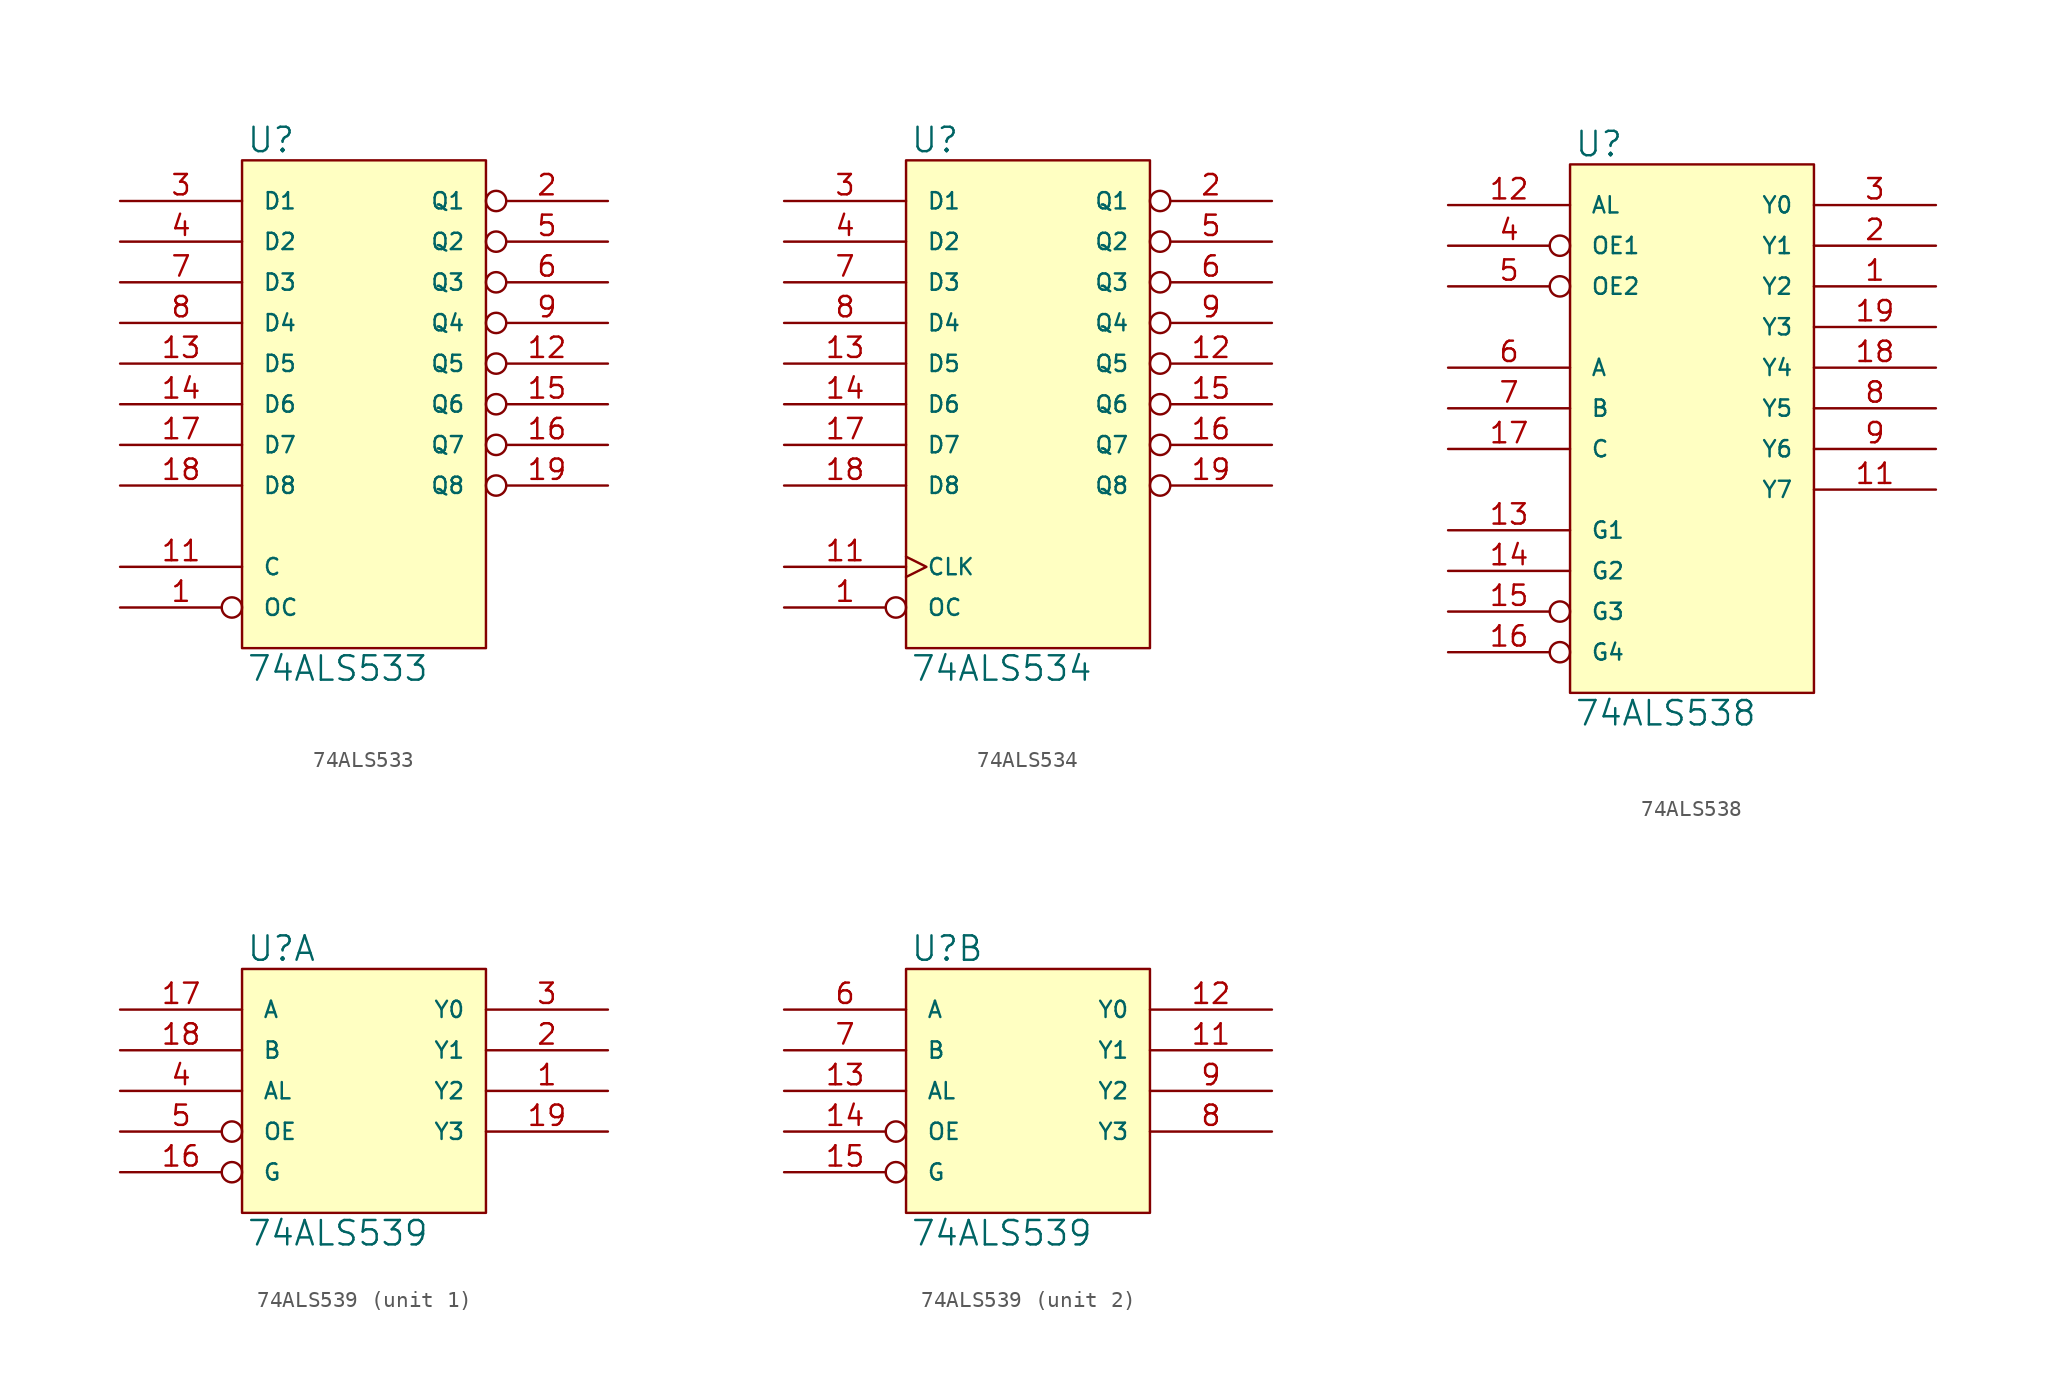
<source format=kicad_sym>
(kicad_symbol_lib
  (version 20231120)
  (generator "kicad_symbol_editor")
  (generator_version "8.0")
  (symbol "74ALS533"
    (pin_names
      (offset 1.27))
    (property "Reference" "U"
      (at 0.254 0.381 0)
      (effects (font (size 1.524 1.524)) (justify left bottom)))
    (property "Value" "74ALS533"
      (at 0.254 -30.861 0)
      (effects (font (size 1.524 1.524)) (justify left top)))
    (symbol "74ALS533_0_1"
      (rectangle (start 0 0) (end 15.24 -30.48) (stroke (width 0) (type solid)) (fill (type background))))
    (symbol "74ALS533_1_1"
      (pin input inverted (at -7.62 -27.94 0) (length 7.62) (name "OC" (effects (font (size 1.016 1.016)))) (number "1" (effects (font (size 1.27 1.27)))))
      (pin power_in line (at 0 -30.48 90) (length 0) hide (name "GND" (effects (font (size 1.016 1.016)))) (number "10" (effects (font (size 1.27 1.27)))))
      (pin input line (at -7.62 -25.4 0) (length 7.62) (name "C" (effects (font (size 1.016 1.016)))) (number "11" (effects (font (size 1.27 1.27)))))
      (pin tri_state inverted (at 22.86 -12.7 180) (length 7.62) (name "Q5" (effects (font (size 1.016 1.016)))) (number "12" (effects (font (size 1.27 1.27)))))
      (pin input line (at -7.62 -12.7 0) (length 7.62) (name "D5" (effects (font (size 1.016 1.016)))) (number "13" (effects (font (size 1.27 1.27)))))
      (pin input line (at -7.62 -15.24 0) (length 7.62) (name "D6" (effects (font (size 1.016 1.016)))) (number "14" (effects (font (size 1.27 1.27)))))
      (pin tri_state inverted (at 22.86 -15.24 180) (length 7.62) (name "Q6" (effects (font (size 1.016 1.016)))) (number "15" (effects (font (size 1.27 1.27)))))
      (pin tri_state inverted (at 22.86 -17.78 180) (length 7.62) (name "Q7" (effects (font (size 1.016 1.016)))) (number "16" (effects (font (size 1.27 1.27)))))
      (pin input line (at -7.62 -17.78 0) (length 7.62) (name "D7" (effects (font (size 1.016 1.016)))) (number "17" (effects (font (size 1.27 1.27)))))
      (pin input line (at -7.62 -20.32 0) (length 7.62) (name "D8" (effects (font (size 1.016 1.016)))) (number "18" (effects (font (size 1.27 1.27)))))
      (pin tri_state inverted (at 22.86 -20.32 180) (length 7.62) (name "Q8" (effects (font (size 1.016 1.016)))) (number "19" (effects (font (size 1.27 1.27)))))
      (pin tri_state inverted (at 22.86 -2.54 180) (length 7.62) (name "Q1" (effects (font (size 1.016 1.016)))) (number "2" (effects (font (size 1.27 1.27)))))
      (pin power_in line (at 0 0 270) (length 0) hide (name "VCC" (effects (font (size 1.016 1.016)))) (number "20" (effects (font (size 1.27 1.27)))))
      (pin input line (at -7.62 -2.54 0) (length 7.62) (name "D1" (effects (font (size 1.016 1.016)))) (number "3" (effects (font (size 1.27 1.27)))))
      (pin input line (at -7.62 -5.08 0) (length 7.62) (name "D2" (effects (font (size 1.016 1.016)))) (number "4" (effects (font (size 1.27 1.27)))))
      (pin tri_state inverted (at 22.86 -5.08 180) (length 7.62) (name "Q2" (effects (font (size 1.016 1.016)))) (number "5" (effects (font (size 1.27 1.27)))))
      (pin tri_state inverted (at 22.86 -7.62 180) (length 7.62) (name "Q3" (effects (font (size 1.016 1.016)))) (number "6" (effects (font (size 1.27 1.27)))))
      (pin input line (at -7.62 -7.62 0) (length 7.62) (name "D3" (effects (font (size 1.016 1.016)))) (number "7" (effects (font (size 1.27 1.27)))))
      (pin input line (at -7.62 -10.16 0) (length 7.62) (name "D4" (effects (font (size 1.016 1.016)))) (number "8" (effects (font (size 1.27 1.27)))))
      (pin tri_state inverted (at 22.86 -10.16 180) (length 7.62) (name "Q4" (effects (font (size 1.016 1.016)))) (number "9" (effects (font (size 1.27 1.27)))))))
  (symbol "74ALS534"
    (pin_names
      (offset 1.27))
    (property "Reference" "U"
      (at 0.254 0.381 0)
      (effects (font (size 1.524 1.524)) (justify left bottom)))
    (property "Value" "74ALS534"
      (at 0.254 -30.861 0)
      (effects (font (size 1.524 1.524)) (justify left top)))
    (symbol "74ALS534_0_1"
      (rectangle (start 0 0) (end 15.24 -30.48) (stroke (width 0) (type solid)) (fill (type background))))
    (symbol "74ALS534_1_1"
      (pin input inverted (at -7.62 -27.94 0) (length 7.62) (name "OC" (effects (font (size 1.016 1.016)))) (number "1" (effects (font (size 1.27 1.27)))))
      (pin power_in line (at 0 -30.48 90) (length 0) hide (name "GND" (effects (font (size 1.016 1.016)))) (number "10" (effects (font (size 1.27 1.27)))))
      (pin input clock (at -7.62 -25.4 0) (length 7.62) (name "CLK" (effects (font (size 1.016 1.016)))) (number "11" (effects (font (size 1.27 1.27)))))
      (pin tri_state inverted (at 22.86 -12.7 180) (length 7.62) (name "Q5" (effects (font (size 1.016 1.016)))) (number "12" (effects (font (size 1.27 1.27)))))
      (pin input line (at -7.62 -12.7 0) (length 7.62) (name "D5" (effects (font (size 1.016 1.016)))) (number "13" (effects (font (size 1.27 1.27)))))
      (pin input line (at -7.62 -15.24 0) (length 7.62) (name "D6" (effects (font (size 1.016 1.016)))) (number "14" (effects (font (size 1.27 1.27)))))
      (pin tri_state inverted (at 22.86 -15.24 180) (length 7.62) (name "Q6" (effects (font (size 1.016 1.016)))) (number "15" (effects (font (size 1.27 1.27)))))
      (pin tri_state inverted (at 22.86 -17.78 180) (length 7.62) (name "Q7" (effects (font (size 1.016 1.016)))) (number "16" (effects (font (size 1.27 1.27)))))
      (pin input line (at -7.62 -17.78 0) (length 7.62) (name "D7" (effects (font (size 1.016 1.016)))) (number "17" (effects (font (size 1.27 1.27)))))
      (pin input line (at -7.62 -20.32 0) (length 7.62) (name "D8" (effects (font (size 1.016 1.016)))) (number "18" (effects (font (size 1.27 1.27)))))
      (pin tri_state inverted (at 22.86 -20.32 180) (length 7.62) (name "Q8" (effects (font (size 1.016 1.016)))) (number "19" (effects (font (size 1.27 1.27)))))
      (pin tri_state inverted (at 22.86 -2.54 180) (length 7.62) (name "Q1" (effects (font (size 1.016 1.016)))) (number "2" (effects (font (size 1.27 1.27)))))
      (pin power_in line (at 0 0 270) (length 0) hide (name "VCC" (effects (font (size 1.016 1.016)))) (number "20" (effects (font (size 1.27 1.27)))))
      (pin input line (at -7.62 -2.54 0) (length 7.62) (name "D1" (effects (font (size 1.016 1.016)))) (number "3" (effects (font (size 1.27 1.27)))))
      (pin input line (at -7.62 -5.08 0) (length 7.62) (name "D2" (effects (font (size 1.016 1.016)))) (number "4" (effects (font (size 1.27 1.27)))))
      (pin tri_state inverted (at 22.86 -5.08 180) (length 7.62) (name "Q2" (effects (font (size 1.016 1.016)))) (number "5" (effects (font (size 1.27 1.27)))))
      (pin tri_state inverted (at 22.86 -7.62 180) (length 7.62) (name "Q3" (effects (font (size 1.016 1.016)))) (number "6" (effects (font (size 1.27 1.27)))))
      (pin input line (at -7.62 -7.62 0) (length 7.62) (name "D3" (effects (font (size 1.016 1.016)))) (number "7" (effects (font (size 1.27 1.27)))))
      (pin input line (at -7.62 -10.16 0) (length 7.62) (name "D4" (effects (font (size 1.016 1.016)))) (number "8" (effects (font (size 1.27 1.27)))))
      (pin tri_state inverted (at 22.86 -10.16 180) (length 7.62) (name "Q4" (effects (font (size 1.016 1.016)))) (number "9" (effects (font (size 1.27 1.27)))))))
  (symbol "74ALS538"
    (pin_names
      (offset 1.27))
    (property "Reference" "U"
      (at 0.254 0.381 0)
      (effects (font (size 1.524 1.524)) (justify left bottom)))
    (property "Value" "74ALS538"
      (at 0.254 -33.401 0)
      (effects (font (size 1.524 1.524)) (justify left top)))
    (symbol "74ALS538_0_1"
      (rectangle (start 0 0) (end 15.24 -33.02) (stroke (width 0) (type solid)) (fill (type background))))
    (symbol "74ALS538_1_1"
      (pin tri_state line (at 22.86 -7.62 180) (length 7.62) (name "Y2" (effects (font (size 1.016 1.016)))) (number "1" (effects (font (size 1.27 1.27)))))
      (pin power_in line (at 0 -33.02 90) (length 0) hide (name "GND" (effects (font (size 1.016 1.016)))) (number "10" (effects (font (size 1.27 1.27)))))
      (pin tri_state line (at 22.86 -20.32 180) (length 7.62) (name "Y7" (effects (font (size 1.016 1.016)))) (number "11" (effects (font (size 1.27 1.27)))))
      (pin input line (at -7.62 -2.54 0) (length 7.62) (name "AL" (effects (font (size 1.016 1.016)))) (number "12" (effects (font (size 1.27 1.27)))))
      (pin input line (at -7.62 -22.86 0) (length 7.62) (name "G1" (effects (font (size 1.016 1.016)))) (number "13" (effects (font (size 1.27 1.27)))))
      (pin input line (at -7.62 -25.4 0) (length 7.62) (name "G2" (effects (font (size 1.016 1.016)))) (number "14" (effects (font (size 1.27 1.27)))))
      (pin input inverted (at -7.62 -27.94 0) (length 7.62) (name "G3" (effects (font (size 1.016 1.016)))) (number "15" (effects (font (size 1.27 1.27)))))
      (pin input inverted (at -7.62 -30.48 0) (length 7.62) (name "G4" (effects (font (size 1.016 1.016)))) (number "16" (effects (font (size 1.27 1.27)))))
      (pin input line (at -7.62 -17.78 0) (length 7.62) (name "C" (effects (font (size 1.016 1.016)))) (number "17" (effects (font (size 1.27 1.27)))))
      (pin tri_state line (at 22.86 -12.7 180) (length 7.62) (name "Y4" (effects (font (size 1.016 1.016)))) (number "18" (effects (font (size 1.27 1.27)))))
      (pin tri_state line (at 22.86 -10.16 180) (length 7.62) (name "Y3" (effects (font (size 1.016 1.016)))) (number "19" (effects (font (size 1.27 1.27)))))
      (pin tri_state line (at 22.86 -5.08 180) (length 7.62) (name "Y1" (effects (font (size 1.016 1.016)))) (number "2" (effects (font (size 1.27 1.27)))))
      (pin power_in line (at 0 0 270) (length 0) hide (name "VCC" (effects (font (size 1.016 1.016)))) (number "20" (effects (font (size 1.27 1.27)))))
      (pin tri_state line (at 22.86 -2.54 180) (length 7.62) (name "Y0" (effects (font (size 1.016 1.016)))) (number "3" (effects (font (size 1.27 1.27)))))
      (pin input inverted (at -7.62 -5.08 0) (length 7.62) (name "OE1" (effects (font (size 1.016 1.016)))) (number "4" (effects (font (size 1.27 1.27)))))
      (pin input inverted (at -7.62 -7.62 0) (length 7.62) (name "OE2" (effects (font (size 1.016 1.016)))) (number "5" (effects (font (size 1.27 1.27)))))
      (pin input line (at -7.62 -12.7 0) (length 7.62) (name "A" (effects (font (size 1.016 1.016)))) (number "6" (effects (font (size 1.27 1.27)))))
      (pin input line (at -7.62 -15.24 0) (length 7.62) (name "B" (effects (font (size 1.016 1.016)))) (number "7" (effects (font (size 1.27 1.27)))))
      (pin tri_state line (at 22.86 -15.24 180) (length 7.62) (name "Y5" (effects (font (size 1.016 1.016)))) (number "8" (effects (font (size 1.27 1.27)))))
      (pin tri_state line (at 22.86 -17.78 180) (length 7.62) (name "Y6" (effects (font (size 1.016 1.016)))) (number "9" (effects (font (size 1.27 1.27)))))))
  (symbol "74ALS539"
    (pin_names
      (offset 1.27))
    (property "Reference" "U"
      (at 0.254 0.381 0)
      (effects (font (size 1.524 1.524)) (justify left bottom)))
    (property "Value" "74ALS539"
      (at 0.254 -15.621 0)
      (effects (font (size 1.524 1.524)) (justify left top)))
    (symbol "74ALS539_0_1"
      (rectangle (start 0 0) (end 15.24 -15.24) (stroke (width 0) (type solid)) (fill (type background))))
    (symbol "74ALS539_1_1"
      (pin tri_state line (at 22.86 -7.62 180) (length 7.62) (name "Y2" (effects (font (size 1.016 1.016)))) (number "1" (effects (font (size 1.27 1.27)))))
      (pin power_in line (at 0 -15.24 90) (length 0) hide (name "GND" (effects (font (size 1.016 1.016)))) (number "10" (effects (font (size 1.27 1.27)))))
      (pin input inverted (at -7.62 -12.7 0) (length 7.62) (name "G" (effects (font (size 1.016 1.016)))) (number "16" (effects (font (size 1.27 1.27)))))
      (pin input line (at -7.62 -2.54 0) (length 7.62) (name "A" (effects (font (size 1.016 1.016)))) (number "17" (effects (font (size 1.27 1.27)))))
      (pin input line (at -7.62 -5.08 0) (length 7.62) (name "B" (effects (font (size 1.016 1.016)))) (number "18" (effects (font (size 1.27 1.27)))))
      (pin tri_state line (at 22.86 -10.16 180) (length 7.62) (name "Y3" (effects (font (size 1.016 1.016)))) (number "19" (effects (font (size 1.27 1.27)))))
      (pin tri_state line (at 22.86 -5.08 180) (length 7.62) (name "Y1" (effects (font (size 1.016 1.016)))) (number "2" (effects (font (size 1.27 1.27)))))
      (pin power_in line (at 0 0 270) (length 0) hide (name "VCC" (effects (font (size 1.016 1.016)))) (number "20" (effects (font (size 1.27 1.27)))))
      (pin tri_state line (at 22.86 -2.54 180) (length 7.62) (name "Y0" (effects (font (size 1.016 1.016)))) (number "3" (effects (font (size 1.27 1.27)))))
      (pin input line (at -7.62 -7.62 0) (length 7.62) (name "AL" (effects (font (size 1.016 1.016)))) (number "4" (effects (font (size 1.27 1.27)))))
      (pin input inverted (at -7.62 -10.16 0) (length 7.62) (name "OE" (effects (font (size 1.016 1.016)))) (number "5" (effects (font (size 1.27 1.27))))))
    (symbol "74ALS539_2_1"
      (pin power_in line (at 0 -15.24 90) (length 0) hide (name "GND" (effects (font (size 1.016 1.016)))) (number "10" (effects (font (size 1.27 1.27)))))
      (pin tri_state line (at 22.86 -5.08 180) (length 7.62) (name "Y1" (effects (font (size 1.016 1.016)))) (number "11" (effects (font (size 1.27 1.27)))))
      (pin tri_state line (at 22.86 -2.54 180) (length 7.62) (name "Y0" (effects (font (size 1.016 1.016)))) (number "12" (effects (font (size 1.27 1.27)))))
      (pin input line (at -7.62 -7.62 0) (length 7.62) (name "AL" (effects (font (size 1.016 1.016)))) (number "13" (effects (font (size 1.27 1.27)))))
      (pin input inverted (at -7.62 -10.16 0) (length 7.62) (name "OE" (effects (font (size 1.016 1.016)))) (number "14" (effects (font (size 1.27 1.27)))))
      (pin input inverted (at -7.62 -12.7 0) (length 7.62) (name "G" (effects (font (size 1.016 1.016)))) (number "15" (effects (font (size 1.27 1.27)))))
      (pin power_in line (at 0 0 270) (length 0) hide (name "VCC" (effects (font (size 1.016 1.016)))) (number "20" (effects (font (size 1.27 1.27)))))
      (pin input line (at -7.62 -2.54 0) (length 7.62) (name "A" (effects (font (size 1.016 1.016)))) (number "6" (effects (font (size 1.27 1.27)))))
      (pin input line (at -7.62 -5.08 0) (length 7.62) (name "B" (effects (font (size 1.016 1.016)))) (number "7" (effects (font (size 1.27 1.27)))))
      (pin tri_state line (at 22.86 -10.16 180) (length 7.62) (name "Y3" (effects (font (size 1.016 1.016)))) (number "8" (effects (font (size 1.27 1.27)))))
      (pin tri_state line (at 22.86 -7.62 180) (length 7.62) (name "Y2" (effects (font (size 1.016 1.016)))) (number "9" (effects (font (size 1.27 1.27))))))))
</source>
